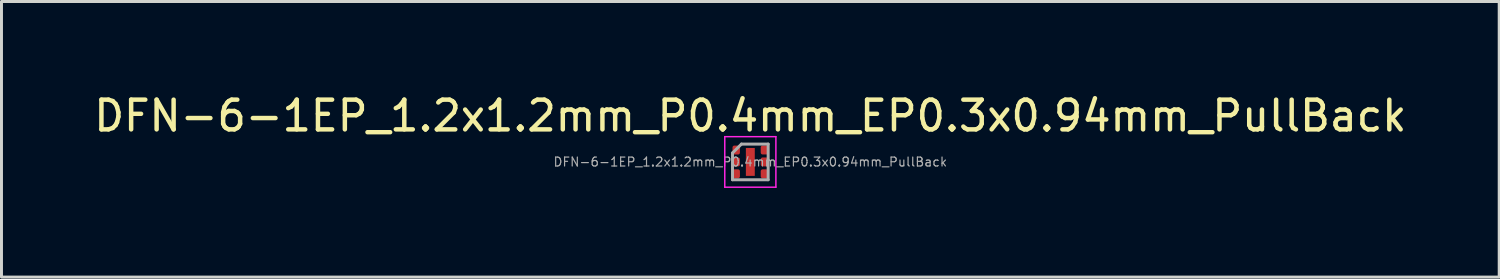
<source format=kicad_pcb>
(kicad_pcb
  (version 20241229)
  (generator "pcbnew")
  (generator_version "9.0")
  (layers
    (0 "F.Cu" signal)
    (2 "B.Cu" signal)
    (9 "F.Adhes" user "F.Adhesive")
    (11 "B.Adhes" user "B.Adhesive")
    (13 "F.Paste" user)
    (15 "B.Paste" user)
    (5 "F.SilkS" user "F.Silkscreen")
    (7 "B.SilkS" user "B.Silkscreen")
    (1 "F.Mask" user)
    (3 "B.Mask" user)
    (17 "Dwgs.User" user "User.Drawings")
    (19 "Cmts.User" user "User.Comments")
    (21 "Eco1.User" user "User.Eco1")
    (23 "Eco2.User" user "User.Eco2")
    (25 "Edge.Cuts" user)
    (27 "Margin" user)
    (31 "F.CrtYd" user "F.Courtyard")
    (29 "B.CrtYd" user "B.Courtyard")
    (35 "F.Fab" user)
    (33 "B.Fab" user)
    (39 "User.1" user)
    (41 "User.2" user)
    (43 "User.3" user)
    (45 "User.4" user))
  (footprint "DFN-6-1EP_1.2x1.2mm_P0.4mm_EP0.3x0.94mm_PullBack"
    (layer "F.Cu")
    (at 22.196 2.398)
    (property "Reference" "DFN-6-1EP_1.2x1.2mm_P0.4mm_EP0.3x0.94mm_PullBack" (at 0 -1.55 0) (layer "F.SilkS") (effects (font (size 1 1) (thickness 0.15))))
    (attr smd)
    (fp_line (start -0.86 -0.85) (end -0.86 0.85) (stroke (width 0.05) (type solid)) (layer "F.CrtYd"))
    (fp_line (start -0.86 0.85) (end 0.86 0.85) (stroke (width 0.05) (type solid)) (layer "F.CrtYd"))
    (fp_line (start 0.86 -0.85) (end -0.86 -0.85) (stroke (width 0.05) (type solid)) (layer "F.CrtYd"))
    (fp_line (start 0.86 0.85) (end 0.86 -0.85) (stroke (width 0.05) (type solid)) (layer "F.CrtYd"))
    (fp_line (start -0.6 -0.3) (end -0.3 -0.6) (stroke (width 0.1) (type solid)) (layer "F.Fab"))
    (fp_line (start -0.6 0.6) (end -0.6 -0.3) (stroke (width 0.1) (type solid)) (layer "F.Fab"))
    (fp_line (start -0.3 -0.6) (end 0.6 -0.6) (stroke (width 0.1) (type solid)) (layer "F.Fab"))
    (fp_line (start 0.6 -0.6) (end 0.6 0.6) (stroke (width 0.1) (type solid)) (layer "F.Fab"))
    (fp_line (start 0.6 0.6) (end -0.6 0.6) (stroke (width 0.1) (type solid)) (layer "F.Fab"))
    (fp_text user "${REFERENCE}" (at 0 0 0) (layer "F.Fab") (effects (font (size 0.3 0.3) (thickness 0.04))))
    (pad "" smd roundrect (at 0 -0.235) (size 0.24 0.38) (layers "F.Paste") (roundrect_rratio 0.25))
    (pad "" smd roundrect (at 0 0.235) (size 0.24 0.38) (layers "F.Paste") (roundrect_rratio 0.25))
    (pad "1" smd roundrect (at -0.475 -0.4) (size 0.25 0.3) (layers "F.Cu" "F.Mask" "F.Paste") (roundrect_rratio 0.25))
    (pad "2" smd roundrect (at -0.475 0) (size 0.25 0.3) (layers "F.Cu" "F.Mask" "F.Paste") (roundrect_rratio 0.25))
    (pad "3" smd roundrect (at -0.475 0.4) (size 0.25 0.3) (layers "F.Cu" "F.Mask" "F.Paste") (roundrect_rratio 0.25))
    (pad "4" smd roundrect (at 0.475 0.4) (size 0.25 0.3) (layers "F.Cu" "F.Mask" "F.Paste") (roundrect_rratio 0.25))
    (pad "5" smd roundrect (at 0.475 0) (size 0.25 0.3) (layers "F.Cu" "F.Mask" "F.Paste") (roundrect_rratio 0.25))
    (pad "6" smd roundrect (at 0.475 -0.4) (size 0.25 0.3) (layers "F.Cu" "F.Mask" "F.Paste") (roundrect_rratio 0.25))
    (pad "7" smd rect (at 0 0) (size 0.3 0.94) (property pad_prop_heatsink) (layers "F.Cu" "F.Mask")))
  (gr_rect
    (start -3 -3)
    (end 47.393 6.273)
    (stroke (width 0.1) (type default))
    (fill no)
    (layer "Edge.Cuts")))
</source>
